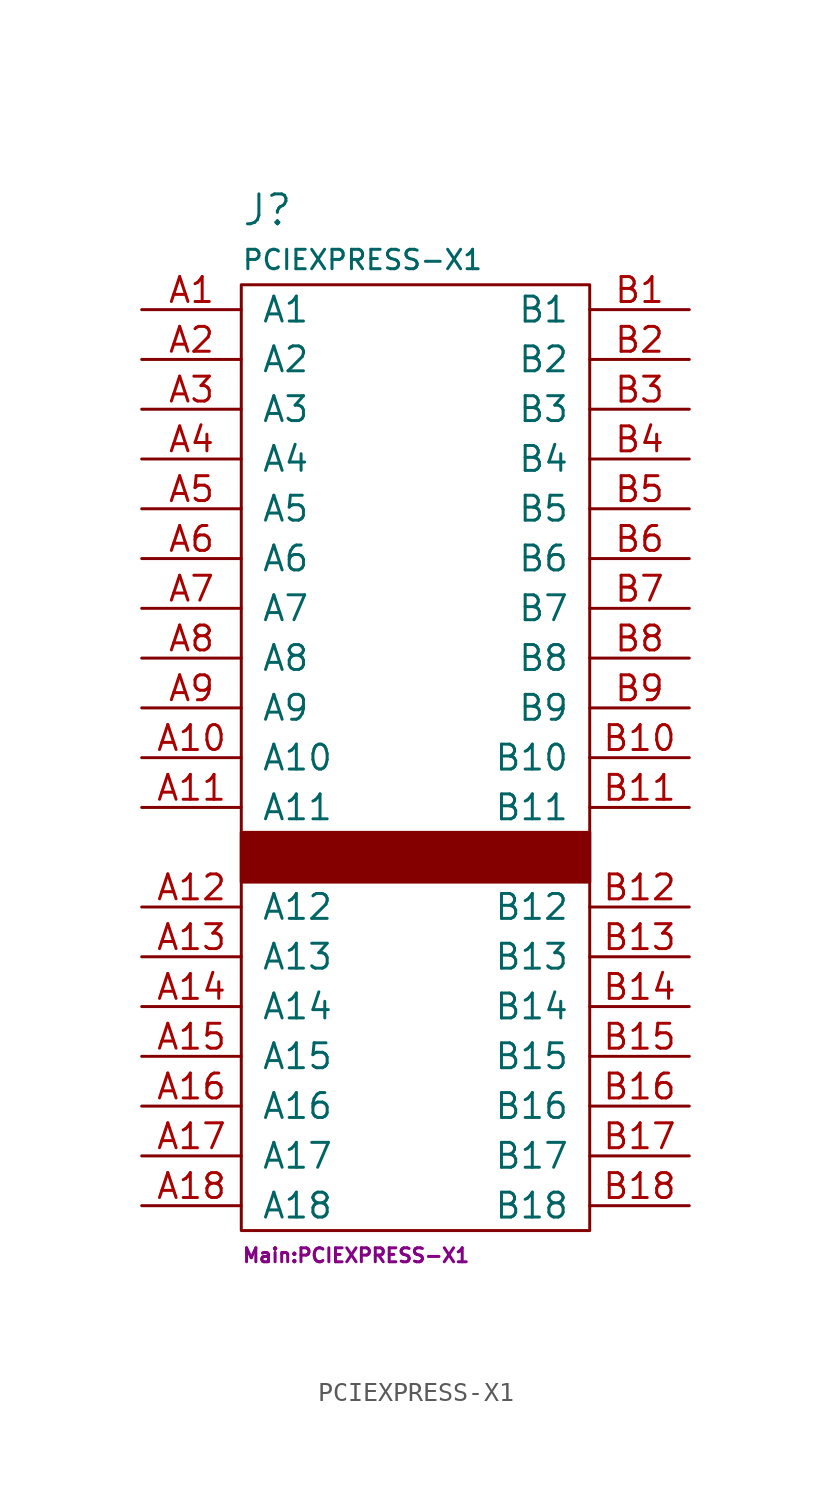
<source format=kicad_sym>
(kicad_symbol_lib
  (version 20211014)
  (generator kicad_symbol_editor)
  (symbol "PCIEXPRESS-X1"
    (pin_names
      (offset 1.016))
    (property "Reference" "J"
      (at -8.89 33.02 0)
      (effects (font (size 1.524 1.524)) (justify left)))
    (property "Value" "PCIEXPRESS-X1"
      (at -8.89 30.48 0)
      (effects (font (size 0.991 0.991)) (justify left)))
    (property "Footprint" "Main:PCIEXPRESS-X1"
      (at -8.89 -20.32 0)
      (effects (font (size 0.711 0.711)) (justify left)))
    (property "Datasheet" ""
      (at -1.27 -2.54 0)
      (effects (font (size 1.524 1.524))))
    (symbol "PCIEXPRESS-X1_0_1"
      (rectangle (start -8.89 1.27) (end 8.89 -1.27) (stroke (width 0) (type default) (color 0 0 0 0)) (fill (type outline)))
      (rectangle (start -8.89 29.21) (end 8.89 -19.05) (stroke (width 0) (type default) (color 0 0 0 0)) (fill (type none))))
    (symbol "PCIEXPRESS-X1_1_1"
      (pin bidirectional line (at -13.97 27.94 0) (length 5.08) (name "A1" (effects (font (size 1.27 1.27)))) (number "A1" (effects (font (size 1.27 1.27)))))
      (pin bidirectional line (at -13.97 5.08 0) (length 5.08) (name "A10" (effects (font (size 1.27 1.27)))) (number "A10" (effects (font (size 1.27 1.27)))))
      (pin bidirectional line (at -13.97 2.54 0) (length 5.08) (name "A11" (effects (font (size 1.27 1.27)))) (number "A11" (effects (font (size 1.27 1.27)))))
      (pin bidirectional line (at -13.97 -2.54 0) (length 5.08) (name "A12" (effects (font (size 1.27 1.27)))) (number "A12" (effects (font (size 1.27 1.27)))))
      (pin bidirectional line (at -13.97 -5.08 0) (length 5.08) (name "A13" (effects (font (size 1.27 1.27)))) (number "A13" (effects (font (size 1.27 1.27)))))
      (pin bidirectional line (at -13.97 -7.62 0) (length 5.08) (name "A14" (effects (font (size 1.27 1.27)))) (number "A14" (effects (font (size 1.27 1.27)))))
      (pin bidirectional line (at -13.97 -10.16 0) (length 5.08) (name "A15" (effects (font (size 1.27 1.27)))) (number "A15" (effects (font (size 1.27 1.27)))))
      (pin bidirectional line (at -13.97 -12.7 0) (length 5.08) (name "A16" (effects (font (size 1.27 1.27)))) (number "A16" (effects (font (size 1.27 1.27)))))
      (pin bidirectional line (at -13.97 -15.24 0) (length 5.08) (name "A17" (effects (font (size 1.27 1.27)))) (number "A17" (effects (font (size 1.27 1.27)))))
      (pin bidirectional line (at -13.97 -17.78 0) (length 5.08) (name "A18" (effects (font (size 1.27 1.27)))) (number "A18" (effects (font (size 1.27 1.27)))))
      (pin bidirectional line (at -13.97 25.4 0) (length 5.08) (name "A2" (effects (font (size 1.27 1.27)))) (number "A2" (effects (font (size 1.27 1.27)))))
      (pin bidirectional line (at -13.97 22.86 0) (length 5.08) (name "A3" (effects (font (size 1.27 1.27)))) (number "A3" (effects (font (size 1.27 1.27)))))
      (pin bidirectional line (at -13.97 20.32 0) (length 5.08) (name "A4" (effects (font (size 1.27 1.27)))) (number "A4" (effects (font (size 1.27 1.27)))))
      (pin bidirectional line (at -13.97 17.78 0) (length 5.08) (name "A5" (effects (font (size 1.27 1.27)))) (number "A5" (effects (font (size 1.27 1.27)))))
      (pin bidirectional line (at -13.97 15.24 0) (length 5.08) (name "A6" (effects (font (size 1.27 1.27)))) (number "A6" (effects (font (size 1.27 1.27)))))
      (pin bidirectional line (at -13.97 12.7 0) (length 5.08) (name "A7" (effects (font (size 1.27 1.27)))) (number "A7" (effects (font (size 1.27 1.27)))))
      (pin bidirectional line (at -13.97 10.16 0) (length 5.08) (name "A8" (effects (font (size 1.27 1.27)))) (number "A8" (effects (font (size 1.27 1.27)))))
      (pin bidirectional line (at -13.97 7.62 0) (length 5.08) (name "A9" (effects (font (size 1.27 1.27)))) (number "A9" (effects (font (size 1.27 1.27)))))
      (pin bidirectional line (at 13.97 27.94 180) (length 5.08) (name "B1" (effects (font (size 1.27 1.27)))) (number "B1" (effects (font (size 1.27 1.27)))))
      (pin bidirectional line (at 13.97 5.08 180) (length 5.08) (name "B10" (effects (font (size 1.27 1.27)))) (number "B10" (effects (font (size 1.27 1.27)))))
      (pin bidirectional line (at 13.97 2.54 180) (length 5.08) (name "B11" (effects (font (size 1.27 1.27)))) (number "B11" (effects (font (size 1.27 1.27)))))
      (pin bidirectional line (at 13.97 -2.54 180) (length 5.08) (name "B12" (effects (font (size 1.27 1.27)))) (number "B12" (effects (font (size 1.27 1.27)))))
      (pin bidirectional line (at 13.97 -5.08 180) (length 5.08) (name "B13" (effects (font (size 1.27 1.27)))) (number "B13" (effects (font (size 1.27 1.27)))))
      (pin bidirectional line (at 13.97 -7.62 180) (length 5.08) (name "B14" (effects (font (size 1.27 1.27)))) (number "B14" (effects (font (size 1.27 1.27)))))
      (pin bidirectional line (at 13.97 -10.16 180) (length 5.08) (name "B15" (effects (font (size 1.27 1.27)))) (number "B15" (effects (font (size 1.27 1.27)))))
      (pin bidirectional line (at 13.97 -12.7 180) (length 5.08) (name "B16" (effects (font (size 1.27 1.27)))) (number "B16" (effects (font (size 1.27 1.27)))))
      (pin bidirectional line (at 13.97 -15.24 180) (length 5.08) (name "B17" (effects (font (size 1.27 1.27)))) (number "B17" (effects (font (size 1.27 1.27)))))
      (pin bidirectional line (at 13.97 -17.78 180) (length 5.08) (name "B18" (effects (font (size 1.27 1.27)))) (number "B18" (effects (font (size 1.27 1.27)))))
      (pin bidirectional line (at 13.97 25.4 180) (length 5.08) (name "B2" (effects (font (size 1.27 1.27)))) (number "B2" (effects (font (size 1.27 1.27)))))
      (pin bidirectional line (at 13.97 22.86 180) (length 5.08) (name "B3" (effects (font (size 1.27 1.27)))) (number "B3" (effects (font (size 1.27 1.27)))))
      (pin bidirectional line (at 13.97 20.32 180) (length 5.08) (name "B4" (effects (font (size 1.27 1.27)))) (number "B4" (effects (font (size 1.27 1.27)))))
      (pin bidirectional line (at 13.97 17.78 180) (length 5.08) (name "B5" (effects (font (size 1.27 1.27)))) (number "B5" (effects (font (size 1.27 1.27)))))
      (pin bidirectional line (at 13.97 15.24 180) (length 5.08) (name "B6" (effects (font (size 1.27 1.27)))) (number "B6" (effects (font (size 1.27 1.27)))))
      (pin bidirectional line (at 13.97 12.7 180) (length 5.08) (name "B7" (effects (font (size 1.27 1.27)))) (number "B7" (effects (font (size 1.27 1.27)))))
      (pin bidirectional line (at 13.97 10.16 180) (length 5.08) (name "B8" (effects (font (size 1.27 1.27)))) (number "B8" (effects (font (size 1.27 1.27)))))
      (pin bidirectional line (at 13.97 7.62 180) (length 5.08) (name "B9" (effects (font (size 1.27 1.27)))) (number "B9" (effects (font (size 1.27 1.27))))))))
</source>
